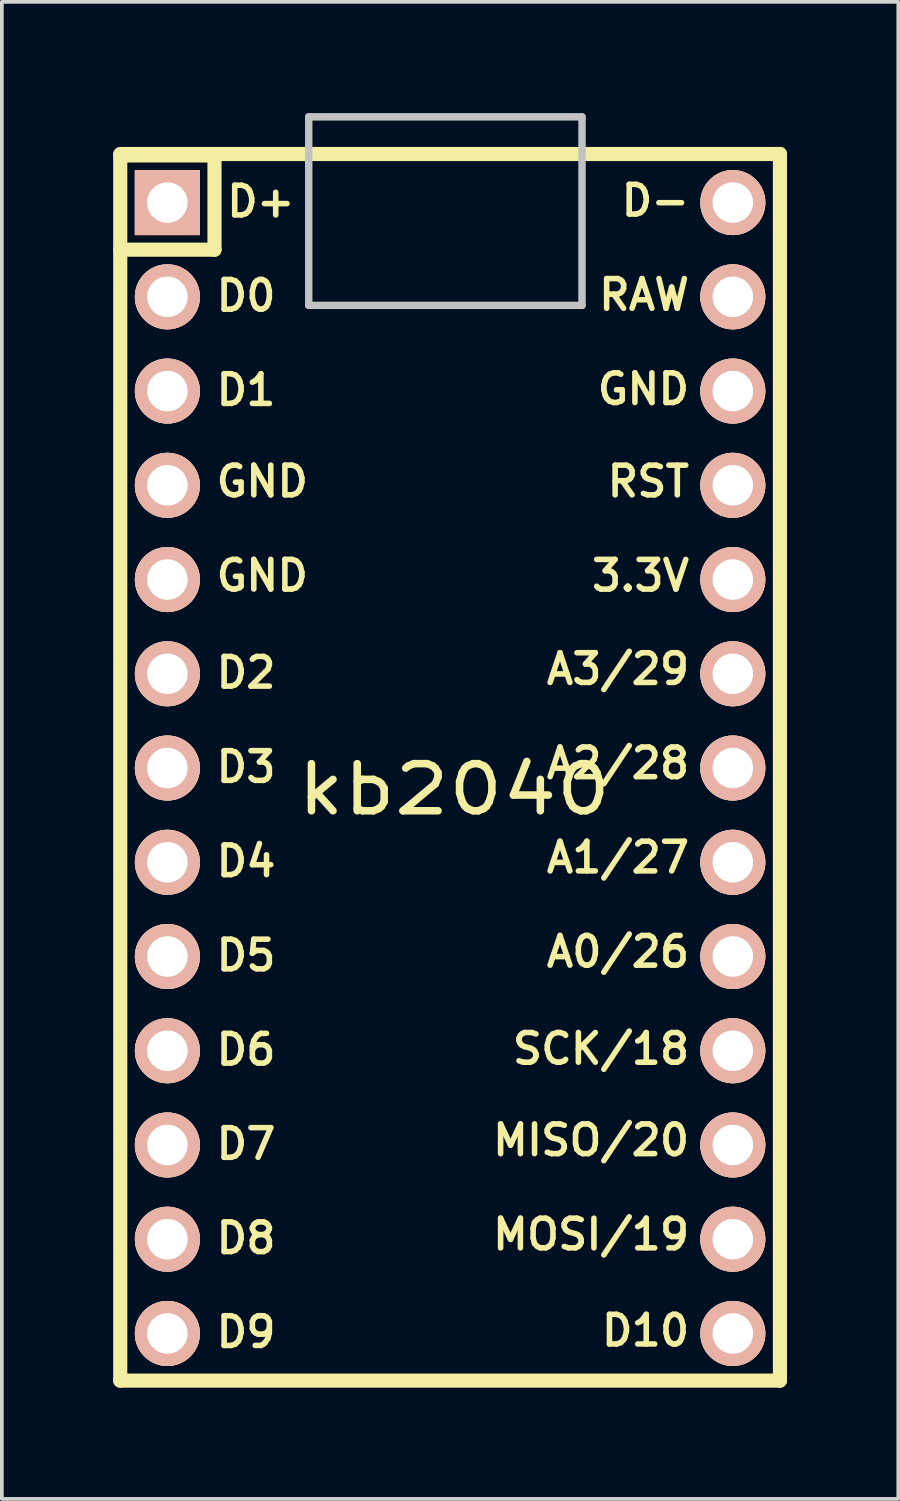
<source format=kicad_pcb>
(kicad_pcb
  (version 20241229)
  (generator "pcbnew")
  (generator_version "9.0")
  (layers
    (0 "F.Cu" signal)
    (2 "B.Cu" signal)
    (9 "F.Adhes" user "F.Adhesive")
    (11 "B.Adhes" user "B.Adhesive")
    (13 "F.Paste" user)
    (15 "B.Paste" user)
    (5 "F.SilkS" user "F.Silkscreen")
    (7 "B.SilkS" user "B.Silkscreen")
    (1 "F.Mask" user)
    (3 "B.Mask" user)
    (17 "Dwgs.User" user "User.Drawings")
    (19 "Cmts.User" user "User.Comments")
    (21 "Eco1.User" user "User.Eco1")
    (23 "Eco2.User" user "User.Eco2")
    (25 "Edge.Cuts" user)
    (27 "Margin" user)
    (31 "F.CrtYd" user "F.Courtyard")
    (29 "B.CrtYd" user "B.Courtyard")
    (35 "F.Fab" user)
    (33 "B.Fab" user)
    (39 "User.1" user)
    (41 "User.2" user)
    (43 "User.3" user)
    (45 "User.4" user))
  (footprint "kb2040"
    (layer "F.Cu")
    (at 9.191 16.6)
    (property "Reference" "kb2040" (at 0 1.625 0) (layer "F.SilkS") (effects (font (size 1.27 1.524) (thickness 0.203))))
    (attr through_hole)
    (fp_line (start -9 -15.46) (end -9 17.56) (stroke (width 0.381) (type solid)) (layer "F.SilkS"))
    (fp_line (start -9 17.56) (end 8.78 17.56) (stroke (width 0.381) (type solid)) (layer "F.SilkS"))
    (fp_line (start -6.46 -15.46) (end -9 -15.46) (stroke (width 0.381) (type solid)) (layer "F.SilkS"))
    (fp_line (start -6.46 -15.46) (end -6.46 -12.92) (stroke (width 0.381) (type solid)) (layer "F.SilkS"))
    (fp_line (start -6.46 -12.92) (end -9 -12.92) (stroke (width 0.381) (type solid)) (layer "F.SilkS"))
    (fp_line (start 8.78 -15.5) (end -9 -15.5) (stroke (width 0.381) (type solid)) (layer "F.SilkS"))
    (fp_line (start 8.78 17.56) (end 8.78 -15.5) (stroke (width 0.381) (type solid)) (layer "F.SilkS"))
    (fp_line (start -3.92 -16.5) (end 3.446 -16.5) (stroke (width 0.2) (type solid)) (layer "Dwgs.User"))
    (fp_line (start -3.92 -11.42) (end -3.92 -16.5) (stroke (width 0.2) (type solid)) (layer "Dwgs.User"))
    (fp_line (start 3.446 -16.5) (end 3.446 -11.42) (stroke (width 0.2) (type solid)) (layer "Dwgs.User"))
    (fp_line (start 3.446 -11.42) (end -3.92 -11.42) (stroke (width 0.2) (type solid)) (layer "Dwgs.User"))
    (fp_text user "D9" (at -5.61 16.25 0) (layer "F.SilkS") (effects (font (size 0.8 0.8) (thickness 0.15))))
    (fp_text user "D0" (at -5.61 -11.68 0) (layer "F.SilkS") (effects (font (size 0.8 0.8) (thickness 0.15))))
    (fp_text user "3.3V" (at 5.023 -4.135 0) (layer "F.SilkS") (effects (font (size 0.8 0.8) (thickness 0.15))))
    (fp_text user "D10" (at 5.157 16.211 0) (layer "F.SilkS") (effects (font (size 0.8 0.8) (thickness 0.15))))
    (fp_text user "GND" (at -5.172 -6.676 0) (layer "F.SilkS") (effects (font (size 0.8 0.8) (thickness 0.15))))
    (fp_text user "A2/28" (at 4.414 0.92 0) (layer "F.SilkS") (effects (font (size 0.8 0.8) (thickness 0.15))))
    (fp_text user "D-" (at 5.423 -14.244 0) (layer "F.SilkS") (effects (font (size 0.8 0.8) (thickness 0.15))))
    (fp_text user "A0/26" (at 4.414 6 0) (layer "F.SilkS") (effects (font (size 0.8 0.8) (thickness 0.15))))
    (fp_text user "SCK/18" (at 3.957 8.616 0) (layer "F.SilkS") (effects (font (size 0.8 0.8) (thickness 0.15))))
    (fp_text user "D2" (at -5.61 -1.52 0) (layer "F.SilkS") (effects (font (size 0.8 0.8) (thickness 0.15))))
    (fp_text user "GND" (at -5.172 -4.136 0) (layer "F.SilkS") (effects (font (size 0.8 0.8) (thickness 0.15))))
    (fp_text user "MISO/20" (at 3.69 11.08 0) (layer "F.SilkS") (effects (font (size 0.8 0.8) (thickness 0.15))))
    (fp_text user "RST" (at 5.233 -6.675 0) (layer "F.SilkS") (effects (font (size 0.8 0.8) (thickness 0.15))))
    (fp_text user "D7" (at -5.61 11.18 0) (layer "F.SilkS") (effects (font (size 0.8 0.8) (thickness 0.15))))
    (fp_text user "D+" (at -5.21 -14.22 0) (layer "F.SilkS") (effects (font (size 0.8 0.8) (thickness 0.15))))
    (fp_text user "D4" (at -5.61 3.56 0) (layer "F.SilkS") (effects (font (size 0.8 0.8) (thickness 0.15))))
    (fp_text user "D8" (at -5.61 13.72 0) (layer "F.SilkS") (effects (font (size 0.8 0.8) (thickness 0.15))))
    (fp_text user "A1/27" (at 4.414 3.46 0) (layer "F.SilkS") (effects (font (size 0.8 0.8) (thickness 0.15))))
    (fp_text user "GND" (at 5.1 -9.164 0) (layer "F.SilkS") (effects (font (size 0.8 0.8) (thickness 0.15))))
    (fp_text user "D3" (at -5.61 1.02 0) (layer "F.SilkS") (effects (font (size 0.8 0.8) (thickness 0.15))))
    (fp_text user "RAW" (at 5.119 -11.704 0) (layer "F.SilkS") (effects (font (size 0.8 0.8) (thickness 0.15))))
    (fp_text user "D1" (at -5.61 -9.14 0) (layer "F.SilkS") (effects (font (size 0.8 0.8) (thickness 0.15))))
    (fp_text user "D6" (at -5.61 8.64 0) (layer "F.SilkS") (effects (font (size 0.8 0.8) (thickness 0.15))))
    (fp_text user "A3/29" (at 4.414 -1.62 0) (layer "F.SilkS") (effects (font (size 0.8 0.8) (thickness 0.15))))
    (fp_text user "MOSI/19" (at 3.69 13.62 0) (layer "F.SilkS") (effects (font (size 0.8 0.8) (thickness 0.15))))
    (fp_text user "D5" (at -5.61 6.1 0) (layer "F.SilkS") (effects (font (size 0.8 0.8) (thickness 0.15))))
    (pad "1" thru_hole rect (at -7.73 -14.19 270) (size 1.753 1.753) (drill 1.092) (layers "*.Cu" "*.SilkS" "*.Mask"))
    (pad "2" thru_hole circle (at -7.73 -11.65 270) (size 1.753 1.753) (drill 1.092) (layers "*.Cu" "*.SilkS" "*.Mask"))
    (pad "3" thru_hole circle (at -7.73 -9.11 270) (size 1.753 1.753) (drill 1.092) (layers "*.Cu" "*.SilkS" "*.Mask"))
    (pad "4" thru_hole circle (at -7.73 -6.57 270) (size 1.753 1.753) (drill 1.092) (layers "*.Cu" "*.SilkS" "*.Mask"))
    (pad "5" thru_hole circle (at -7.73 -4.03 270) (size 1.753 1.753) (drill 1.092) (layers "*.Cu" "*.SilkS" "*.Mask"))
    (pad "6" thru_hole circle (at -7.73 -1.49 270) (size 1.753 1.753) (drill 1.092) (layers "*.Cu" "*.SilkS" "*.Mask"))
    (pad "7" thru_hole circle (at -7.73 1.05 270) (size 1.753 1.753) (drill 1.092) (layers "*.Cu" "*.SilkS" "*.Mask"))
    (pad "8" thru_hole circle (at -7.73 3.59 270) (size 1.753 1.753) (drill 1.092) (layers "*.Cu" "*.SilkS" "*.Mask"))
    (pad "9" thru_hole circle (at -7.73 6.13 270) (size 1.753 1.753) (drill 1.092) (layers "*.Cu" "*.SilkS" "*.Mask"))
    (pad "10" thru_hole circle (at -7.73 8.67 270) (size 1.753 1.753) (drill 1.092) (layers "*.Cu" "*.SilkS" "*.Mask"))
    (pad "11" thru_hole circle (at -7.73 11.21 270) (size 1.753 1.753) (drill 1.092) (layers "*.Cu" "*.SilkS" "*.Mask"))
    (pad "12" thru_hole circle (at -7.73 13.75 270) (size 1.753 1.753) (drill 1.092) (layers "*.Cu" "*.SilkS" "*.Mask"))
    (pad "13" thru_hole circle (at -7.73 16.29 270) (size 1.753 1.753) (drill 1.092) (layers "*.Cu" "*.SilkS" "*.Mask"))
    (pad "13" thru_hole circle (at 7.51 -14.19 270) (size 1.753 1.753) (drill 1.092) (layers "*.Cu" "*.SilkS" "*.Mask"))
    (pad "13" thru_hole circle (at 7.51 13.75 270) (size 1.753 1.753) (drill 1.092) (layers "*.Cu" "*.SilkS" "*.Mask"))
    (pad "13" thru_hole circle (at 7.51 16.29 270) (size 1.753 1.753) (drill 1.092) (layers "*.Cu" "*.SilkS" "*.Mask"))
    (pad "14" thru_hole circle (at 7.51 -11.65 270) (size 1.753 1.753) (drill 1.092) (layers "*.Cu" "*.SilkS" "*.Mask"))
    (pad "14" thru_hole circle (at 7.51 11.21 270) (size 1.753 1.753) (drill 1.092) (layers "*.Cu" "*.SilkS" "*.Mask"))
    (pad "15" thru_hole circle (at 7.51 -9.11 270) (size 1.753 1.753) (drill 1.092) (layers "*.Cu" "*.SilkS" "*.Mask"))
    (pad "15" thru_hole circle (at 7.51 8.67 270) (size 1.753 1.753) (drill 1.092) (layers "*.Cu" "*.SilkS" "*.Mask"))
    (pad "16" thru_hole circle (at 7.51 -6.57 270) (size 1.753 1.753) (drill 1.092) (layers "*.Cu" "*.SilkS" "*.Mask"))
    (pad "16" thru_hole circle (at 7.51 6.13 270) (size 1.753 1.753) (drill 1.092) (layers "*.Cu" "*.SilkS" "*.Mask"))
    (pad "17" thru_hole circle (at 7.51 -4.03 270) (size 1.753 1.753) (drill 1.092) (layers "*.Cu" "*.SilkS" "*.Mask"))
    (pad "18" thru_hole circle (at 7.51 -1.49 270) (size 1.753 1.753) (drill 1.092) (layers "*.Cu" "*.SilkS" "*.Mask"))
    (pad "19" thru_hole circle (at 7.51 1.05 270) (size 1.753 1.753) (drill 1.092) (layers "*.Cu" "*.SilkS" "*.Mask"))
    (pad "20" thru_hole circle (at 7.51 3.59 270) (size 1.753 1.753) (drill 1.092) (layers "*.Cu" "*.SilkS" "*.Mask")))
  (gr_rect
    (start -3 -3)
    (end 21.161 37.35)
    (stroke (width 0.1) (type default))
    (fill no)
    (layer "Edge.Cuts")))
</source>
